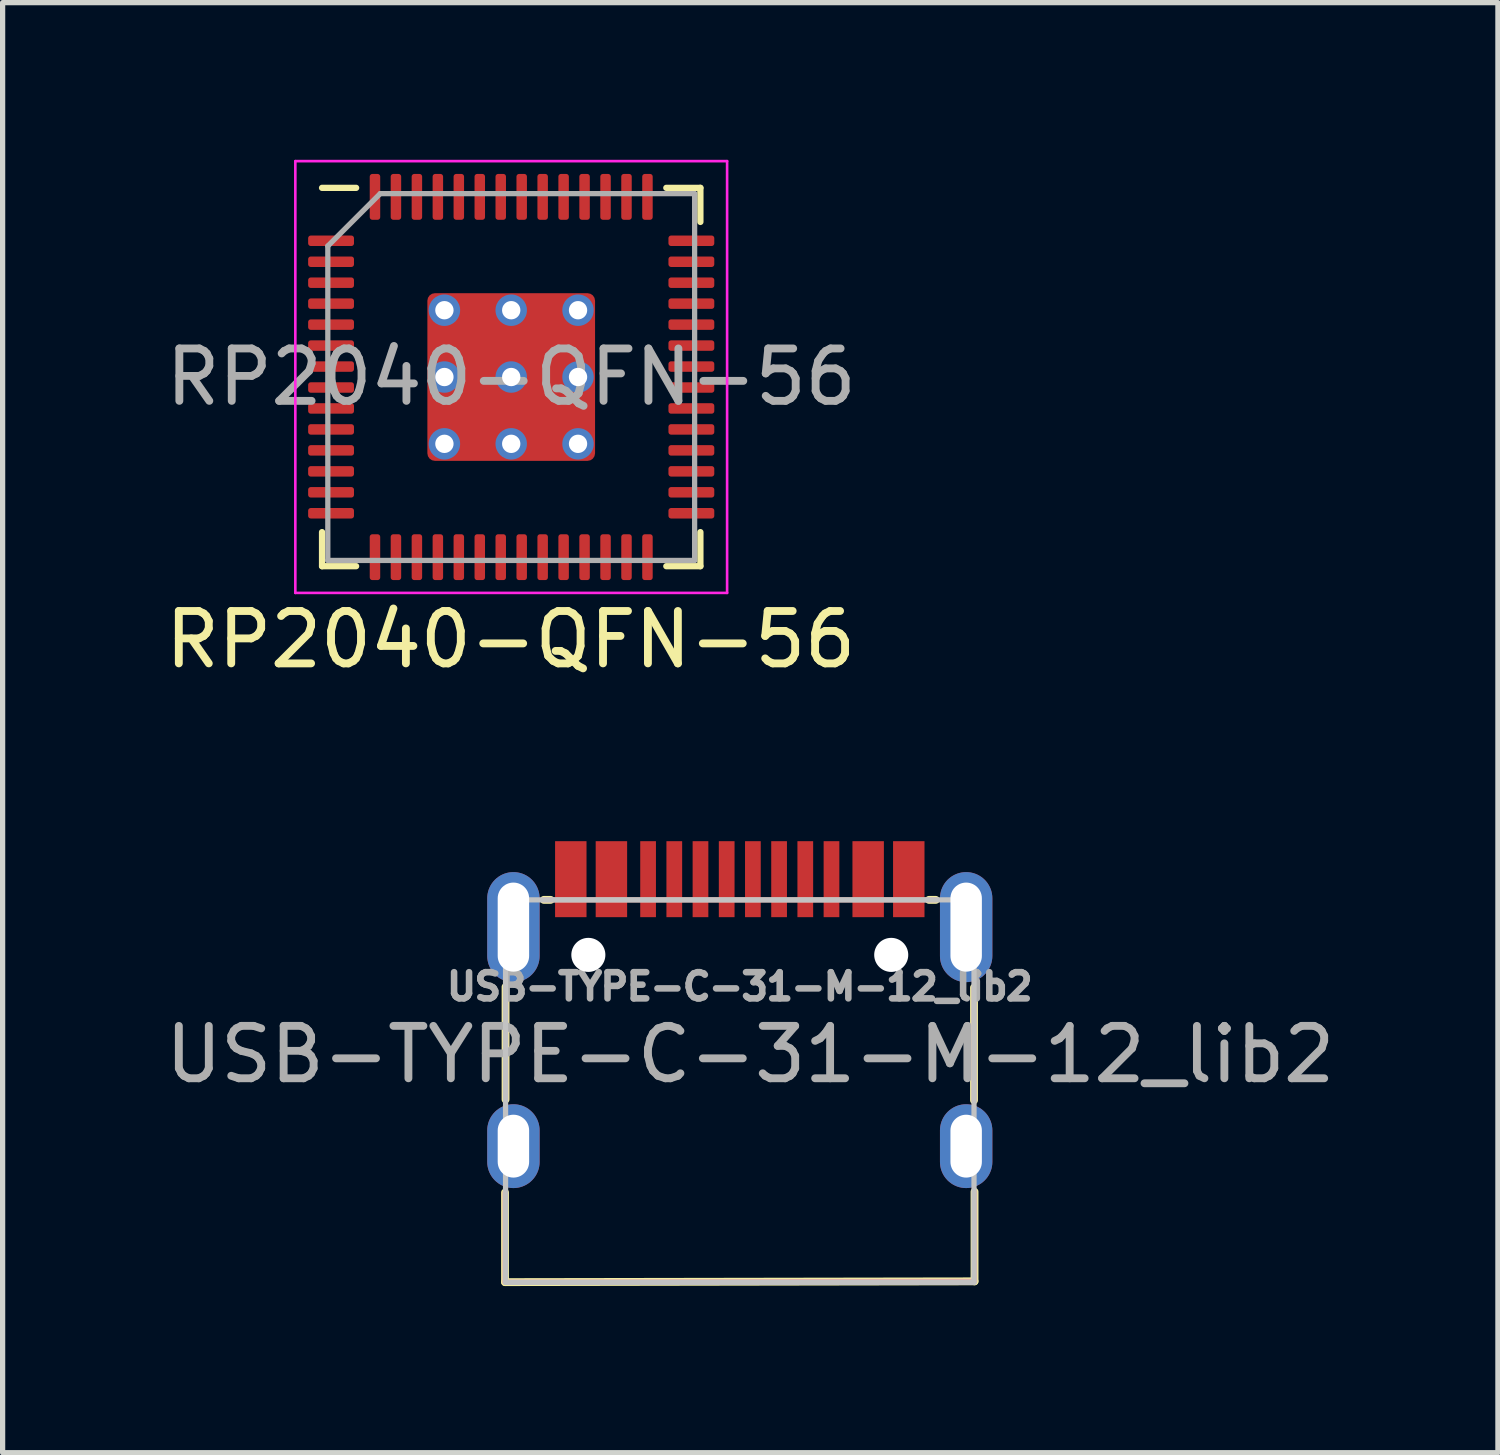
<source format=kicad_pcb>
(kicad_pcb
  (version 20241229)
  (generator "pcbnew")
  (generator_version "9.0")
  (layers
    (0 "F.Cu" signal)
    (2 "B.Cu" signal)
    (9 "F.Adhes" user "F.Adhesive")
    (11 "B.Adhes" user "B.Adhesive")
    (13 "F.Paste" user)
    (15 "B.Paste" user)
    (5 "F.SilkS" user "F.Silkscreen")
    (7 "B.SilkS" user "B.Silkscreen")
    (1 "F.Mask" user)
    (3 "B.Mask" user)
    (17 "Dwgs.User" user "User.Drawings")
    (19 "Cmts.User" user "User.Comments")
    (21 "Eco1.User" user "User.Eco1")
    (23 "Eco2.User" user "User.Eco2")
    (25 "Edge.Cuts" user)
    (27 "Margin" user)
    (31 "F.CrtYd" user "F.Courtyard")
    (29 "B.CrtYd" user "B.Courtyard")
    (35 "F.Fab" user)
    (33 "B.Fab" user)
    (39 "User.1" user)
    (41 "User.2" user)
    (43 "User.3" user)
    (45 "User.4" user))
  (footprint "RP2040-QFN-56"
    (layer "F.Cu")
    (at 6.706 4.145)
    (property "Reference" "RP2040-QFN-56" (at -0.01 5.01 0) (layer "F.SilkS") (effects (font (size 1 1) (thickness 0.15))))
    (attr smd)
    (fp_line (start -3.61 3.61) (end -3.61 2.96) (stroke (width 0.12) (type solid)) (layer "F.SilkS"))
    (fp_line (start -2.96 -3.61) (end -3.61 -3.61) (stroke (width 0.12) (type solid)) (layer "F.SilkS"))
    (fp_line (start -2.96 3.61) (end -3.61 3.61) (stroke (width 0.12) (type solid)) (layer "F.SilkS"))
    (fp_line (start 2.96 -3.61) (end 3.61 -3.61) (stroke (width 0.12) (type solid)) (layer "F.SilkS"))
    (fp_line (start 2.96 3.61) (end 3.61 3.61) (stroke (width 0.12) (type solid)) (layer "F.SilkS"))
    (fp_line (start 3.61 -3.61) (end 3.61 -2.96) (stroke (width 0.12) (type solid)) (layer "F.SilkS"))
    (fp_line (start 3.61 3.61) (end 3.61 2.96) (stroke (width 0.12) (type solid)) (layer "F.SilkS"))
    (fp_line (start -4.12 -4.12) (end -4.12 4.12) (stroke (width 0.05) (type solid)) (layer "F.CrtYd"))
    (fp_line (start -4.12 4.12) (end 4.12 4.12) (stroke (width 0.05) (type solid)) (layer "F.CrtYd"))
    (fp_line (start 4.12 -4.12) (end -4.12 -4.12) (stroke (width 0.05) (type solid)) (layer "F.CrtYd"))
    (fp_line (start 4.12 4.12) (end 4.12 -4.12) (stroke (width 0.05) (type solid)) (layer "F.CrtYd"))
    (fp_line (start -3.5 -2.5) (end -2.5 -3.5) (stroke (width 0.1) (type solid)) (layer "F.Fab"))
    (fp_line (start -3.5 3.5) (end -3.5 -2.5) (stroke (width 0.1) (type solid)) (layer "F.Fab"))
    (fp_line (start -2.5 -3.5) (end 3.5 -3.5) (stroke (width 0.1) (type solid)) (layer "F.Fab"))
    (fp_line (start 3.5 -3.5) (end 3.5 3.5) (stroke (width 0.1) (type solid)) (layer "F.Fab"))
    (fp_line (start 3.5 3.5) (end -3.5 3.5) (stroke (width 0.1) (type solid)) (layer "F.Fab"))
    (fp_text user "${REFERENCE}" (at 0 0 0) (layer "F.Fab") (effects (font (size 1 1) (thickness 0.15))))
    (pad "" smd roundrect (at -0.637 -0.637) (size 1.084 1.084) (layers "F.Paste") (roundrect_rratio 0.231))
    (pad "" smd roundrect (at -0.637 0.637) (size 1.084 1.084) (layers "F.Paste") (roundrect_rratio 0.231))
    (pad "" smd roundrect (at 0.637 -0.637) (size 1.084 1.084) (layers "F.Paste") (roundrect_rratio 0.231))
    (pad "" smd roundrect (at 0.637 0.637) (size 1.084 1.084) (layers "F.Paste") (roundrect_rratio 0.231))
    (pad "1" smd roundrect (at -3.438 -2.6) (size 0.875 0.2) (layers "F.Cu" "F.Mask" "F.Paste") (roundrect_rratio 0.25))
    (pad "2" smd roundrect (at -3.438 -2.2) (size 0.875 0.2) (layers "F.Cu" "F.Mask" "F.Paste") (roundrect_rratio 0.25))
    (pad "3" smd roundrect (at -3.438 -1.8) (size 0.875 0.2) (layers "F.Cu" "F.Mask" "F.Paste") (roundrect_rratio 0.25))
    (pad "4" smd roundrect (at -3.438 -1.4) (size 0.875 0.2) (layers "F.Cu" "F.Mask" "F.Paste") (roundrect_rratio 0.25))
    (pad "5" smd roundrect (at -3.438 -1) (size 0.875 0.2) (layers "F.Cu" "F.Mask" "F.Paste") (roundrect_rratio 0.25))
    (pad "6" smd roundrect (at -3.438 -0.6) (size 0.875 0.2) (layers "F.Cu" "F.Mask" "F.Paste") (roundrect_rratio 0.25))
    (pad "7" smd roundrect (at -3.438 -0.2) (size 0.875 0.2) (layers "F.Cu" "F.Mask" "F.Paste") (roundrect_rratio 0.25))
    (pad "8" smd roundrect (at -3.438 0.2) (size 0.875 0.2) (layers "F.Cu" "F.Mask" "F.Paste") (roundrect_rratio 0.25))
    (pad "9" smd roundrect (at -3.438 0.6) (size 0.875 0.2) (layers "F.Cu" "F.Mask" "F.Paste") (roundrect_rratio 0.25))
    (pad "10" smd roundrect (at -3.438 1) (size 0.875 0.2) (layers "F.Cu" "F.Mask" "F.Paste") (roundrect_rratio 0.25))
    (pad "11" smd roundrect (at -3.438 1.4) (size 0.875 0.2) (layers "F.Cu" "F.Mask" "F.Paste") (roundrect_rratio 0.25))
    (pad "12" smd roundrect (at -3.438 1.8) (size 0.875 0.2) (layers "F.Cu" "F.Mask" "F.Paste") (roundrect_rratio 0.25))
    (pad "13" smd roundrect (at -3.438 2.2) (size 0.875 0.2) (layers "F.Cu" "F.Mask" "F.Paste") (roundrect_rratio 0.25))
    (pad "14" smd roundrect (at -3.438 2.6) (size 0.875 0.2) (layers "F.Cu" "F.Mask" "F.Paste") (roundrect_rratio 0.25))
    (pad "15" smd roundrect (at -2.6 3.438) (size 0.2 0.875) (layers "F.Cu" "F.Mask" "F.Paste") (roundrect_rratio 0.25))
    (pad "16" smd roundrect (at -2.2 3.438) (size 0.2 0.875) (layers "F.Cu" "F.Mask" "F.Paste") (roundrect_rratio 0.25))
    (pad "17" smd roundrect (at -1.8 3.438) (size 0.2 0.875) (layers "F.Cu" "F.Mask" "F.Paste") (roundrect_rratio 0.25))
    (pad "18" smd roundrect (at -1.4 3.438) (size 0.2 0.875) (layers "F.Cu" "F.Mask" "F.Paste") (roundrect_rratio 0.25))
    (pad "19" smd roundrect (at -1 3.438) (size 0.2 0.875) (layers "F.Cu" "F.Mask" "F.Paste") (roundrect_rratio 0.25))
    (pad "20" smd roundrect (at -0.6 3.438) (size 0.2 0.875) (layers "F.Cu" "F.Mask" "F.Paste") (roundrect_rratio 0.25))
    (pad "21" smd roundrect (at -0.2 3.438) (size 0.2 0.875) (layers "F.Cu" "F.Mask" "F.Paste") (roundrect_rratio 0.25))
    (pad "22" smd roundrect (at 0.2 3.438) (size 0.2 0.875) (layers "F.Cu" "F.Mask" "F.Paste") (roundrect_rratio 0.25))
    (pad "23" smd roundrect (at 0.6 3.438) (size 0.2 0.875) (layers "F.Cu" "F.Mask" "F.Paste") (roundrect_rratio 0.25))
    (pad "24" smd roundrect (at 1 3.438) (size 0.2 0.875) (layers "F.Cu" "F.Mask" "F.Paste") (roundrect_rratio 0.25))
    (pad "25" smd roundrect (at 1.4 3.438) (size 0.2 0.875) (layers "F.Cu" "F.Mask" "F.Paste") (roundrect_rratio 0.25))
    (pad "26" smd roundrect (at 1.8 3.438) (size 0.2 0.875) (layers "F.Cu" "F.Mask" "F.Paste") (roundrect_rratio 0.25))
    (pad "27" smd roundrect (at 2.2 3.438) (size 0.2 0.875) (layers "F.Cu" "F.Mask" "F.Paste") (roundrect_rratio 0.25))
    (pad "28" smd roundrect (at 2.6 3.438) (size 0.2 0.875) (layers "F.Cu" "F.Mask" "F.Paste") (roundrect_rratio 0.25))
    (pad "29" smd roundrect (at 3.438 2.6) (size 0.875 0.2) (layers "F.Cu" "F.Mask" "F.Paste") (roundrect_rratio 0.25))
    (pad "30" smd roundrect (at 3.438 2.2) (size 0.875 0.2) (layers "F.Cu" "F.Mask" "F.Paste") (roundrect_rratio 0.25))
    (pad "31" smd roundrect (at 3.438 1.8) (size 0.875 0.2) (layers "F.Cu" "F.Mask" "F.Paste") (roundrect_rratio 0.25))
    (pad "32" smd roundrect (at 3.438 1.4) (size 0.875 0.2) (layers "F.Cu" "F.Mask" "F.Paste") (roundrect_rratio 0.25))
    (pad "33" smd roundrect (at 3.438 1) (size 0.875 0.2) (layers "F.Cu" "F.Mask" "F.Paste") (roundrect_rratio 0.25))
    (pad "34" smd roundrect (at 3.438 0.6) (size 0.875 0.2) (layers "F.Cu" "F.Mask" "F.Paste") (roundrect_rratio 0.25))
    (pad "35" smd roundrect (at 3.438 0.2) (size 0.875 0.2) (layers "F.Cu" "F.Mask" "F.Paste") (roundrect_rratio 0.25))
    (pad "36" smd roundrect (at 3.438 -0.2) (size 0.875 0.2) (layers "F.Cu" "F.Mask" "F.Paste") (roundrect_rratio 0.25))
    (pad "37" smd roundrect (at 3.438 -0.6) (size 0.875 0.2) (layers "F.Cu" "F.Mask" "F.Paste") (roundrect_rratio 0.25))
    (pad "38" smd roundrect (at 3.438 -1) (size 0.875 0.2) (layers "F.Cu" "F.Mask" "F.Paste") (roundrect_rratio 0.25))
    (pad "39" smd roundrect (at 3.438 -1.4) (size 0.875 0.2) (layers "F.Cu" "F.Mask" "F.Paste") (roundrect_rratio 0.25))
    (pad "40" smd roundrect (at 3.438 -1.8) (size 0.875 0.2) (layers "F.Cu" "F.Mask" "F.Paste") (roundrect_rratio 0.25))
    (pad "41" smd roundrect (at 3.438 -2.2) (size 0.875 0.2) (layers "F.Cu" "F.Mask" "F.Paste") (roundrect_rratio 0.25))
    (pad "42" smd roundrect (at 3.438 -2.6) (size 0.875 0.2) (layers "F.Cu" "F.Mask" "F.Paste") (roundrect_rratio 0.25))
    (pad "43" smd roundrect (at 2.6 -3.438) (size 0.2 0.875) (layers "F.Cu" "F.Mask" "F.Paste") (roundrect_rratio 0.25))
    (pad "44" smd roundrect (at 2.2 -3.438) (size 0.2 0.875) (layers "F.Cu" "F.Mask" "F.Paste") (roundrect_rratio 0.25))
    (pad "45" smd roundrect (at 1.8 -3.438) (size 0.2 0.875) (layers "F.Cu" "F.Mask" "F.Paste") (roundrect_rratio 0.25))
    (pad "46" smd roundrect (at 1.4 -3.438) (size 0.2 0.875) (layers "F.Cu" "F.Mask" "F.Paste") (roundrect_rratio 0.25))
    (pad "47" smd roundrect (at 1 -3.438) (size 0.2 0.875) (layers "F.Cu" "F.Mask" "F.Paste") (roundrect_rratio 0.25))
    (pad "48" smd roundrect (at 0.6 -3.438) (size 0.2 0.875) (layers "F.Cu" "F.Mask" "F.Paste") (roundrect_rratio 0.25))
    (pad "49" smd roundrect (at 0.2 -3.438) (size 0.2 0.875) (layers "F.Cu" "F.Mask" "F.Paste") (roundrect_rratio 0.25))
    (pad "50" smd roundrect (at -0.2 -3.438) (size 0.2 0.875) (layers "F.Cu" "F.Mask" "F.Paste") (roundrect_rratio 0.25))
    (pad "51" smd roundrect (at -0.6 -3.438) (size 0.2 0.875) (layers "F.Cu" "F.Mask" "F.Paste") (roundrect_rratio 0.25))
    (pad "52" smd roundrect (at -1 -3.438) (size 0.2 0.875) (layers "F.Cu" "F.Mask" "F.Paste") (roundrect_rratio 0.25))
    (pad "53" smd roundrect (at -1.4 -3.438) (size 0.2 0.875) (layers "F.Cu" "F.Mask" "F.Paste") (roundrect_rratio 0.25))
    (pad "54" smd roundrect (at -1.8 -3.438) (size 0.2 0.875) (layers "F.Cu" "F.Mask" "F.Paste") (roundrect_rratio 0.25))
    (pad "55" smd roundrect (at -2.2 -3.438) (size 0.2 0.875) (layers "F.Cu" "F.Mask" "F.Paste") (roundrect_rratio 0.25))
    (pad "56" smd roundrect (at -2.6 -3.438) (size 0.2 0.875) (layers "F.Cu" "F.Mask" "F.Paste") (roundrect_rratio 0.25))
    (pad "57" thru_hole circle (at -1.275 -1.275) (size 0.6 0.6) (drill 0.35) (layers "*.Cu"))
    (pad "57" thru_hole circle (at -1.275 0) (size 0.6 0.6) (drill 0.35) (layers "*.Cu"))
    (pad "57" thru_hole circle (at -1.275 1.275) (size 0.6 0.6) (drill 0.35) (layers "*.Cu"))
    (pad "57" thru_hole circle (at 0 -1.275) (size 0.6 0.6) (drill 0.35) (layers "*.Cu"))
    (pad "57" thru_hole circle (at 0 0) (size 0.6 0.6) (drill 0.35) (layers "*.Cu"))
    (pad "57" smd roundrect (at 0 0) (size 3.2 3.2) (layers "F.Cu" "F.Mask") (roundrect_rratio 0.045))
    (pad "57" thru_hole circle (at 0 1.275) (size 0.6 0.6) (drill 0.35) (layers "*.Cu"))
    (pad "57" thru_hole circle (at 1.275 -1.275) (size 0.6 0.6) (drill 0.35) (layers "*.Cu"))
    (pad "57" thru_hole circle (at 1.275 0) (size 0.6 0.6) (drill 0.35) (layers "*.Cu"))
    (pad "57" thru_hole circle (at 1.275 1.275) (size 0.6 0.6) (drill 0.35) (layers "*.Cu")))
  (footprint "USB-TYPE-C-31-M-12_lib2"
    (layer "F.Cu")
    (at 11.068 21.423)
    (property "Reference" "USB-TYPE-C-31-M-12_lib2" (at 0 -5.645 180) (layer "F.Fab") (effects (font (size 0.5 0.5) (thickness 0.125))))
    (attr smd)
    (fp_line (start -4.48 -0.005) (end -4.48 -1.715) (stroke (width 0.15) (type default)) (layer "F.SilkS"))
    (fp_line (start -4.48 -0.005) (end 4.48 -0.02) (stroke (width 0.15) (type default)) (layer "F.SilkS"))
    (fp_line (start -4.47 -3.49) (end -4.47 -5.64) (stroke (width 0.15) (type default)) (layer "F.SilkS"))
    (fp_line (start -3.74 -7.3) (end -3.61 -7.3) (stroke (width 0.15) (type default)) (layer "F.SilkS"))
    (fp_line (start 3.61 -7.3) (end 3.74 -7.3) (stroke (width 0.15) (type default)) (layer "F.SilkS"))
    (fp_line (start 4.47 -3.475) (end 4.47 -5.625) (stroke (width 0.15) (type default)) (layer "F.SilkS"))
    (fp_line (start 4.48 -0.02) (end 4.48 -1.73) (stroke (width 0.15) (type default)) (layer "F.SilkS"))
    (fp_line (start -4.48 -0.005) (end -4.48 -1.715) (stroke (width 0.1) (type default)) (layer "B.SilkS"))
    (fp_line (start -4.48 -0.005) (end 4.48 -0.02) (stroke (width 0.1) (type default)) (layer "B.SilkS"))
    (fp_line (start -4.47 -3.49) (end -4.47 -5.64) (stroke (width 0.1) (type default)) (layer "B.SilkS"))
    (fp_line (start -3.74 -7.3) (end 3.74 -7.3) (stroke (width 0.1) (type default)) (layer "B.SilkS"))
    (fp_line (start 4.47 -3.475) (end 4.47 -5.625) (stroke (width 0.1) (type default)) (layer "B.SilkS"))
    (fp_line (start 4.48 -0.02) (end 4.48 -1.73) (stroke (width 0.1) (type default)) (layer "B.SilkS"))
    (fp_line (start -4.47 -7.3) (end 4.47 -7.3) (stroke (width 0.1) (type solid)) (layer "Dwgs.User"))
    (fp_line (start -4.47 0) (end -4.47 -7.3) (stroke (width 0.1) (type solid)) (layer "Dwgs.User"))
    (fp_line (start -4.47 0) (end 4.47 0) (stroke (width 0.1) (type solid)) (layer "Dwgs.User"))
    (fp_line (start 4.47 0) (end 4.47 -7.3) (stroke (width 0.1) (type solid)) (layer "Dwgs.User"))
    (fp_text user "${REFERENCE}" (at 0.2 -4.35 180) (layer "F.Fab") (effects (font (size 1 1) (thickness 0.15))))
    (pad "" np_thru_hole circle (at -2.89 -6.25) (size 0.65 0.65) (drill 0.65) (layers "*.Cu" "*.Mask"))
    (pad "" np_thru_hole circle (at 2.89 -6.25) (size 0.65 0.65) (drill 0.65) (layers "*.Cu" "*.Mask"))
    (pad "1" smd rect (at -3.225 -7.695) (size 0.6 1.45) (layers "F.Cu" "F.Mask" "F.Paste"))
    (pad "2" smd rect (at -2.45 -7.695) (size 0.6 1.45) (layers "F.Cu" "F.Mask" "F.Paste"))
    (pad "3" smd rect (at -1.75 -7.695) (size 0.3 1.45) (layers "F.Cu" "F.Mask" "F.Paste"))
    (pad "4" smd rect (at -1.25 -7.695) (size 0.3 1.45) (layers "F.Cu" "F.Mask" "F.Paste"))
    (pad "5" smd rect (at -0.75 -7.695) (size 0.3 1.45) (layers "F.Cu" "F.Mask" "F.Paste"))
    (pad "6" smd rect (at -0.25 -7.695) (size 0.3 1.45) (layers "F.Cu" "F.Mask" "F.Paste"))
    (pad "7" smd rect (at 0.25 -7.695) (size 0.3 1.45) (layers "F.Cu" "F.Mask" "F.Paste"))
    (pad "8" smd rect (at 0.75 -7.695) (size 0.3 1.45) (layers "F.Cu" "F.Mask" "F.Paste"))
    (pad "9" smd rect (at 1.25 -7.695) (size 0.3 1.45) (layers "F.Cu" "F.Mask" "F.Paste"))
    (pad "10" smd rect (at 1.75 -7.695) (size 0.3 1.45) (layers "F.Cu" "F.Mask" "F.Paste"))
    (pad "11" smd rect (at 2.45 -7.695) (size 0.6 1.45) (layers "F.Cu" "F.Mask" "F.Paste"))
    (pad "12" smd rect (at 3.225 -7.695) (size 0.6 1.45) (layers "F.Cu" "F.Mask" "F.Paste"))
    (pad "13" thru_hole oval (at -4.32 -6.78) (size 1 2.1) (drill oval 0.6 1.7) (layers "*.Cu" "*.Mask"))
    (pad "13" thru_hole oval (at -4.32 -2.6) (size 1 1.6) (drill oval 0.6 1.2) (layers "*.Cu" "*.Mask"))
    (pad "13" thru_hole oval (at 4.32 -6.78) (size 1 2.1) (drill oval 0.6 1.7) (layers "*.Cu" "*.Mask"))
    (pad "13" thru_hole oval (at 4.32 -2.6) (size 1 1.6) (drill oval 0.6 1.2) (layers "*.Cu" "*.Mask")))
  (gr_rect
    (start -3 -3)
    (end 25.536 24.673)
    (stroke (width 0.1) (type default))
    (fill no)
    (layer "Edge.Cuts")))
</source>
